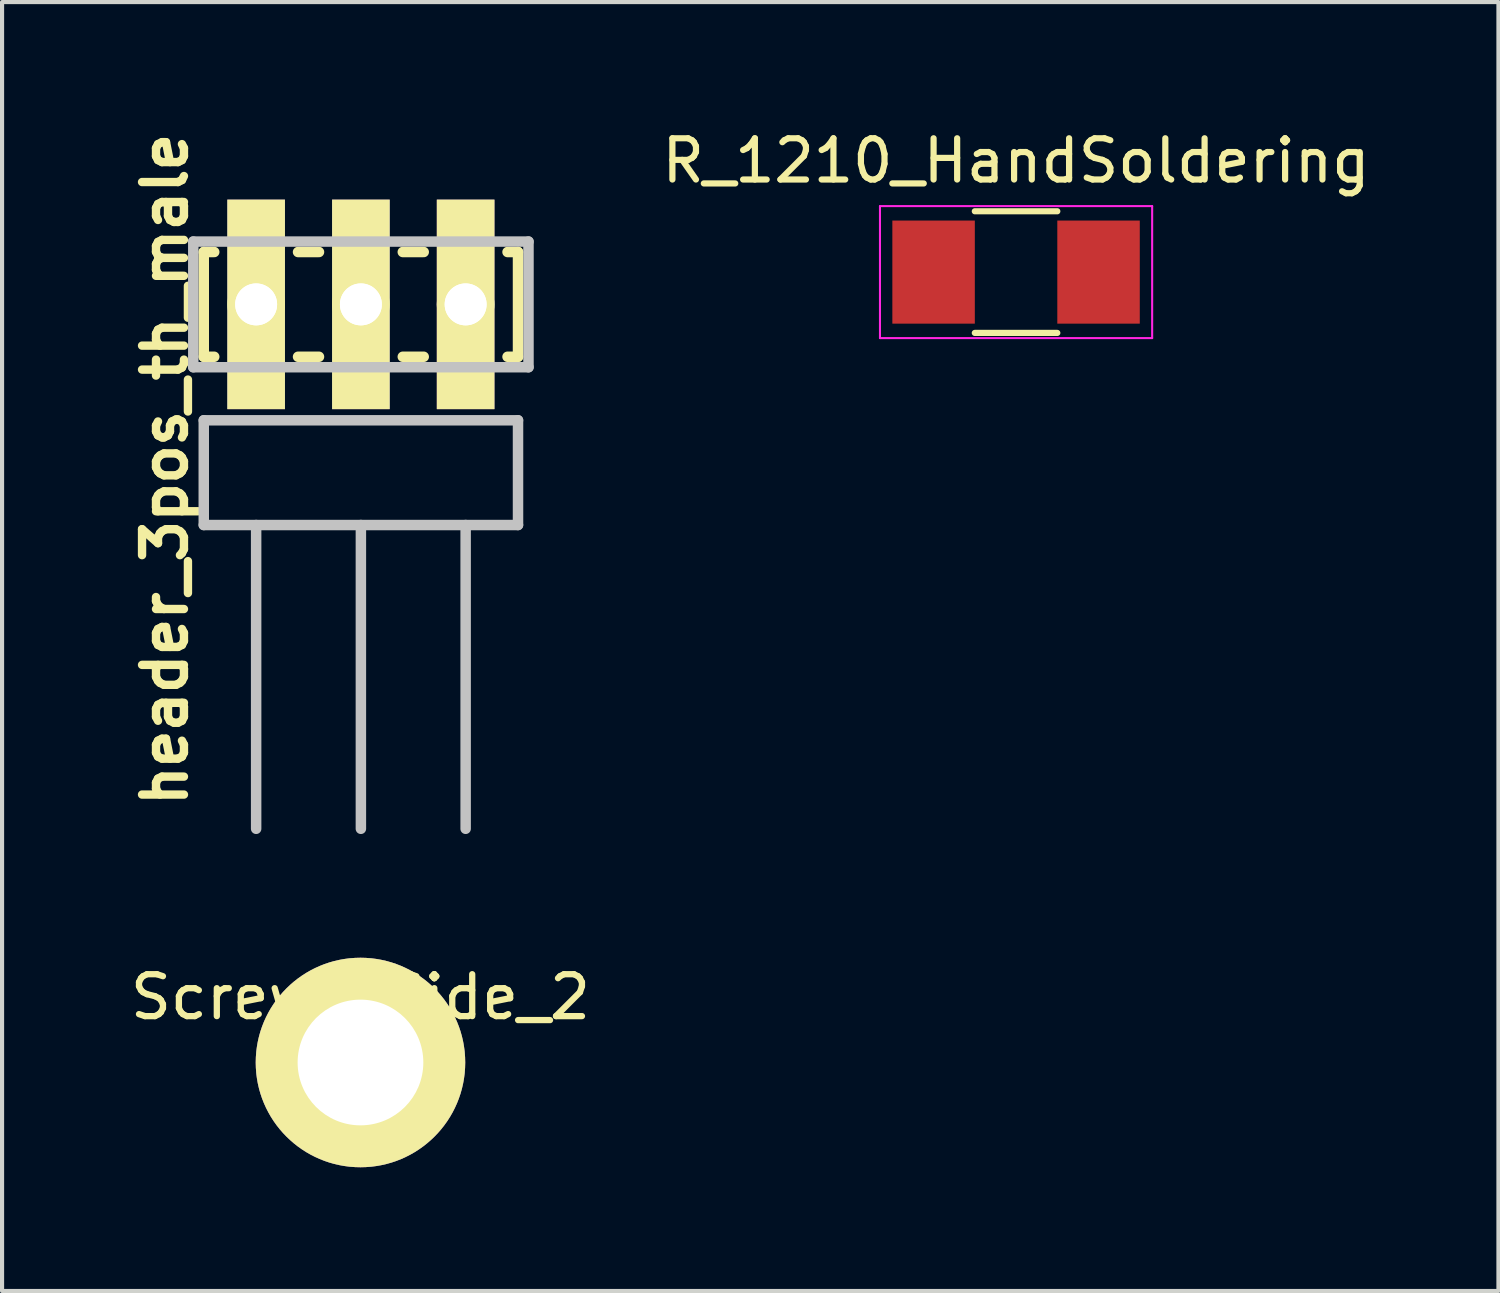
<source format=kicad_pcb>
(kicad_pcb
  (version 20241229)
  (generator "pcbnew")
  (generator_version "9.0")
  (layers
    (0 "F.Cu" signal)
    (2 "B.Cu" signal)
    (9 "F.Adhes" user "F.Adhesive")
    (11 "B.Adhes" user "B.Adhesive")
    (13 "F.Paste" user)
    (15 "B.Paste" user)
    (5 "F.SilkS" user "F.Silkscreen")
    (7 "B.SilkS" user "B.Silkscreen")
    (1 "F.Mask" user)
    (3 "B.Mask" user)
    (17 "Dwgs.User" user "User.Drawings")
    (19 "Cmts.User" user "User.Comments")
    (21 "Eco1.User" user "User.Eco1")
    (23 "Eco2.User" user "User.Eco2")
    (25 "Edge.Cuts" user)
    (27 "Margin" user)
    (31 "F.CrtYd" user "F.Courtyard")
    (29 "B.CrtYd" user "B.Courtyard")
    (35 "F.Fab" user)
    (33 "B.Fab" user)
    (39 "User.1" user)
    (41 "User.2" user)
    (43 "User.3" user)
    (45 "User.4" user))
  (footprint "R_1210_HandSoldering"
    (layer "F.Cu")
    (at 21.588 3.548)
    (property "Reference" "R_1210_HandSoldering" (at 0 -2.7 0) (layer "F.SilkS") (effects (font (size 1 1) (thickness 0.15))))
    (attr smd)
    (fp_line (start -1 -1.475) (end 1 -1.475) (stroke (width 0.15) (type solid)) (layer "F.SilkS"))
    (fp_line (start 1 1.475) (end -1 1.475) (stroke (width 0.15) (type solid)) (layer "F.SilkS"))
    (fp_line (start -3.3 -1.6) (end -3.3 1.6) (stroke (width 0.05) (type solid)) (layer "F.CrtYd"))
    (fp_line (start -3.3 -1.6) (end 3.3 -1.6) (stroke (width 0.05) (type solid)) (layer "F.CrtYd"))
    (fp_line (start -3.3 1.6) (end 3.3 1.6) (stroke (width 0.05) (type solid)) (layer "F.CrtYd"))
    (fp_line (start 3.3 -1.6) (end 3.3 1.6) (stroke (width 0.05) (type solid)) (layer "F.CrtYd"))
    (pad "1" smd rect (at -2 0) (size 2 2.5) (layers "F.Cu" "F.Mask" "F.Paste"))
    (pad "2" smd rect (at 2 0) (size 2 2.5) (layers "F.Cu" "F.Mask" "F.Paste")))
  (footprint "Screw_SSide_2"
    (layer "F.Cu")
    (at 5.691 22.714)
    (property "Reference" "Screw_SSide_2" (at 0 -1.587 0) (layer "F.SilkS") (effects (font (size 1.016 1.016) (thickness 0.152))))
    (attr through_hole)
    (pad "1" thru_hole circle (at 0 0) (size 5.08 5.08) (drill 3.048) (layers "F.Cu" "F.Mask" "F.SilkS" "F.Paste")))
  (footprint "header_3pos_th_male"
    (layer "F.Cu")
    (at 5.701 4.331)
    (property "Reference" "header_3pos_th_male" (at -4.75 4 270) (layer "F.SilkS") (effects (font (size 1.016 1.016) (thickness 0.203))))
    (attr smd)
    (fp_line (start -3.81 -1.27) (end -3.81 1.27) (stroke (width 0.254) (type solid)) (layer "F.SilkS"))
    (fp_line (start -3.81 1.27) (end -3.556 1.27) (stroke (width 0.254) (type solid)) (layer "F.SilkS"))
    (fp_line (start -3.81 2.81) (end 3.81 2.81) (stroke (width 0.152) (type solid)) (layer "F.SilkS"))
    (fp_line (start -3.81 5.35) (end -3.81 2.81) (stroke (width 0.152) (type solid)) (layer "F.SilkS"))
    (fp_line (start -3.556 -1.27) (end -3.81 -1.27) (stroke (width 0.254) (type solid)) (layer "F.SilkS"))
    (fp_line (start -1.524 1.27) (end -1.016 1.27) (stroke (width 0.254) (type solid)) (layer "F.SilkS"))
    (fp_line (start -1.016 -1.27) (end -1.524 -1.27) (stroke (width 0.254) (type solid)) (layer "F.SilkS"))
    (fp_line (start 1.016 1.27) (end 1.524 1.27) (stroke (width 0.254) (type solid)) (layer "F.SilkS"))
    (fp_line (start 1.524 -1.27) (end 1.016 -1.27) (stroke (width 0.254) (type solid)) (layer "F.SilkS"))
    (fp_line (start 3.556 1.27) (end 3.81 1.27) (stroke (width 0.254) (type solid)) (layer "F.SilkS"))
    (fp_line (start 3.81 -1.27) (end 3.556 -1.27) (stroke (width 0.254) (type solid)) (layer "F.SilkS"))
    (fp_line (start 3.81 1.27) (end 3.81 -1.27) (stroke (width 0.254) (type solid)) (layer "F.SilkS"))
    (fp_line (start 3.81 2.81) (end 3.81 5.35) (stroke (width 0.152) (type solid)) (layer "F.SilkS"))
    (fp_line (start 3.81 5.35) (end -3.81 5.35) (stroke (width 0.152) (type solid)) (layer "F.SilkS"))
    (fp_line (start -4.064 -1.524) (end 4.064 -1.524) (stroke (width 0.254) (type solid)) (layer "Dwgs.User"))
    (fp_line (start -4.064 1.524) (end -4.064 -1.524) (stroke (width 0.254) (type solid)) (layer "Dwgs.User"))
    (fp_line (start -3.81 2.81) (end 3.81 2.81) (stroke (width 0.254) (type solid)) (layer "Dwgs.User"))
    (fp_line (start -3.81 5.35) (end -3.81 2.81) (stroke (width 0.254) (type solid)) (layer "Dwgs.User"))
    (fp_line (start -2.54 5.35) (end -2.54 12.716) (stroke (width 0.254) (type solid)) (layer "Dwgs.User"))
    (fp_line (start 0 12.716) (end 0 5.35) (stroke (width 0.254) (type solid)) (layer "Dwgs.User"))
    (fp_line (start 2.54 5.35) (end 2.54 12.716) (stroke (width 0.254) (type solid)) (layer "Dwgs.User"))
    (fp_line (start 3.81 2.81) (end 3.81 5.35) (stroke (width 0.254) (type solid)) (layer "Dwgs.User"))
    (fp_line (start 3.81 5.35) (end -3.81 5.35) (stroke (width 0.254) (type solid)) (layer "Dwgs.User"))
    (fp_line (start 4.064 -1.524) (end 4.064 1.524) (stroke (width 0.254) (type solid)) (layer "Dwgs.User"))
    (fp_line (start 4.064 1.524) (end -4.064 1.524) (stroke (width 0.254) (type solid)) (layer "Dwgs.User"))
    (pad "1" thru_hole circle (at -2.54 0) (size 1.397 1.397) (drill 1.016) (layers "*.Cu" "*.Mask" "F.SilkS"))
    (pad "1" thru_hole rect (at -2.54 0) (size 1.397 5.08) (drill 1.016) (layers "F.Cu" "F.Mask" "F.SilkS"))
    (pad "2" thru_hole circle (at 0 0) (size 1.397 1.397) (drill 1.016) (layers "*.Cu" "*.Mask" "F.SilkS"))
    (pad "2" thru_hole rect (at 0 0) (size 1.397 5.08) (drill 1.016) (layers "F.Cu" "F.Mask" "F.SilkS"))
    (pad "3" thru_hole circle (at 2.54 0) (size 1.397 1.397) (drill 1.016) (layers "*.Cu" "*.Mask" "F.SilkS"))
    (pad "3" thru_hole rect (at 2.54 0) (size 1.397 5.08) (drill 1.016) (layers "F.Cu" "F.Mask" "F.SilkS")))
  (gr_rect
    (start -3 -3)
    (end 33.285 28.254)
    (stroke (width 0.1) (type default))
    (fill no)
    (layer "Edge.Cuts")))
</source>
